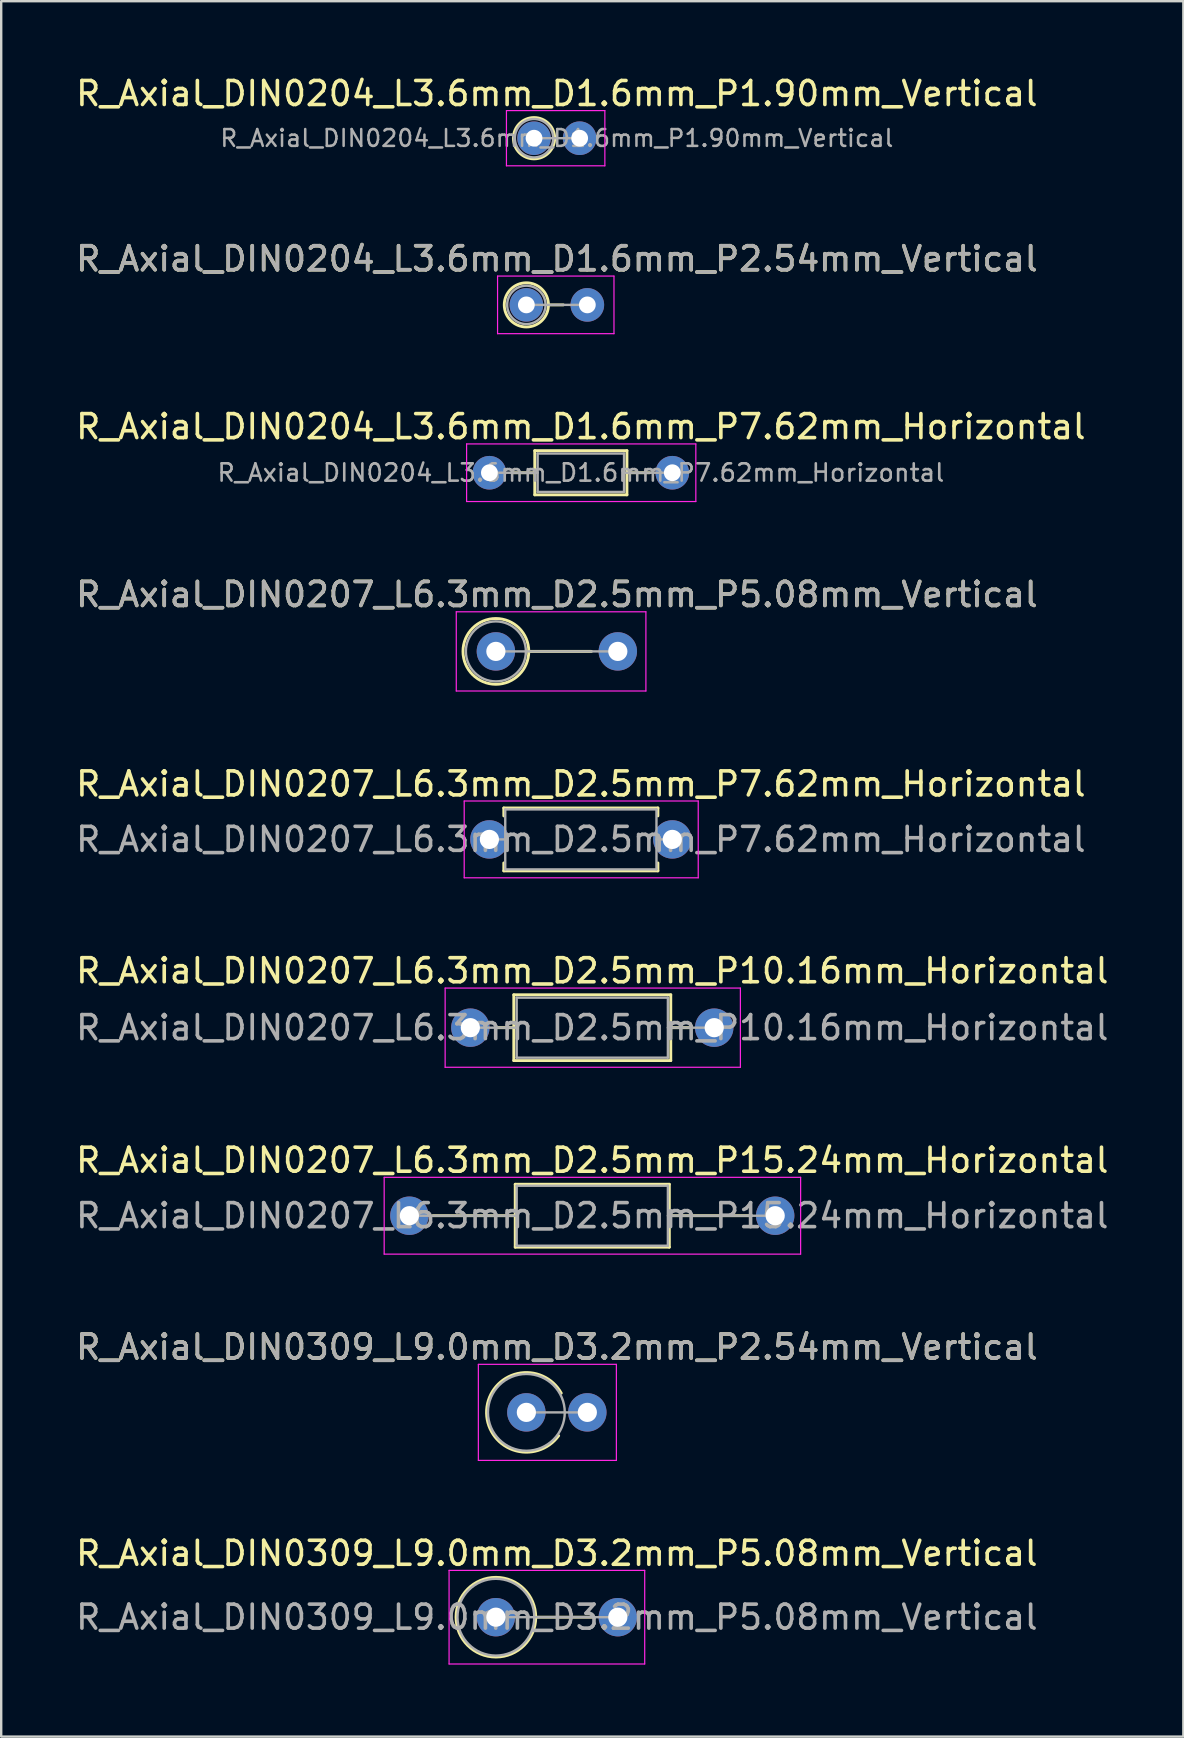
<source format=kicad_pcb>
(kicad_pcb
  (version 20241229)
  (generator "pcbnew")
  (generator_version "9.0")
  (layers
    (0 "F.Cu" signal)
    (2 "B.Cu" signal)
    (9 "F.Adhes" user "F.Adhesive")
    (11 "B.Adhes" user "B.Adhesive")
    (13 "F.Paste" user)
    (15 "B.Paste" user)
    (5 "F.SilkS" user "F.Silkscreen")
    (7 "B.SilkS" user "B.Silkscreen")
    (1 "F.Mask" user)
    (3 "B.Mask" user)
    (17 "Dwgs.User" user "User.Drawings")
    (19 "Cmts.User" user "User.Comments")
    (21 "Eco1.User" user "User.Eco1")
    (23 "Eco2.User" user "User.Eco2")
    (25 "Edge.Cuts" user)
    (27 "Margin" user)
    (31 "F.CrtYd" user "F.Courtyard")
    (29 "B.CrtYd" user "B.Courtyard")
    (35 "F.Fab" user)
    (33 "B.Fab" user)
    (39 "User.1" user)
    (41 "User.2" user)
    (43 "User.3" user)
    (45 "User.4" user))
  (footprint "R_Axial_DIN0204_L3.6mm_D1.6mm_P7.62mm_Horizontal"
    (layer "F.Cu")
    (at 17.339 16.645)
    (property "Reference" "R_Axial_DIN0204_L3.6mm_D1.6mm_P7.62mm_Horizontal" (at 3.81 -1.92 0) (layer "F.SilkS") (effects (font (size 1 1) (thickness 0.15))))
    (attr through_hole)
    (fp_line (start 0.94 0) (end 1.89 0) (stroke (width 0.12) (type solid)) (layer "F.SilkS"))
    (fp_line (start 1.89 -0.92) (end 1.89 0.92) (stroke (width 0.12) (type solid)) (layer "F.SilkS"))
    (fp_line (start 1.89 0.92) (end 5.73 0.92) (stroke (width 0.12) (type solid)) (layer "F.SilkS"))
    (fp_line (start 5.73 -0.92) (end 1.89 -0.92) (stroke (width 0.12) (type solid)) (layer "F.SilkS"))
    (fp_line (start 5.73 0.92) (end 5.73 -0.92) (stroke (width 0.12) (type solid)) (layer "F.SilkS"))
    (fp_line (start 6.68 0) (end 5.73 0) (stroke (width 0.12) (type solid)) (layer "F.SilkS"))
    (fp_line (start -0.95 -1.2) (end -0.95 1.2) (stroke (width 0.05) (type solid)) (layer "F.CrtYd"))
    (fp_line (start -0.95 1.2) (end 8.6 1.2) (stroke (width 0.05) (type solid)) (layer "F.CrtYd"))
    (fp_line (start 8.6 -1.2) (end -0.95 -1.2) (stroke (width 0.05) (type solid)) (layer "F.CrtYd"))
    (fp_line (start 8.6 1.2) (end 8.6 -1.2) (stroke (width 0.05) (type solid)) (layer "F.CrtYd"))
    (fp_line (start 0 0) (end 2.01 0) (stroke (width 0.1) (type solid)) (layer "F.Fab"))
    (fp_line (start 2.01 -0.8) (end 2.01 0.8) (stroke (width 0.1) (type solid)) (layer "F.Fab"))
    (fp_line (start 2.01 0.8) (end 5.61 0.8) (stroke (width 0.1) (type solid)) (layer "F.Fab"))
    (fp_line (start 5.61 -0.8) (end 2.01 -0.8) (stroke (width 0.1) (type solid)) (layer "F.Fab"))
    (fp_line (start 5.61 0.8) (end 5.61 -0.8) (stroke (width 0.1) (type solid)) (layer "F.Fab"))
    (fp_line (start 7.62 0) (end 5.61 0) (stroke (width 0.1) (type solid)) (layer "F.Fab"))
    (fp_text user "${REFERENCE}" (at 3.81 0 0) (layer "F.Fab") (effects (font (size 0.72 0.72) (thickness 0.108))))
    (pad "1" thru_hole circle (at 0 0) (size 1.4 1.4) (drill 0.7) (layers "*.Cu" "*.Mask"))
    (pad "2" thru_hole oval (at 7.62 0) (size 1.4 1.4) (drill 0.7) (layers "*.Cu" "*.Mask")))
  (footprint "R_Axial_DIN0309_L9.0mm_D3.2mm_P2.54mm_Vertical"
    (layer "F.Cu")
    (at 18.879 55.791)
    (property "Reference" "R_Axial_DIN0309_L9.0mm_D3.2mm_P2.54mm_Vertical" (at 1.27 -2.72 0) (layer "F.SilkS") (effects (font (size 1 1) (thickness 0.15))))
    (attr through_hole)
    (fp_arc (start 1.344775 0.97138) (mid -1.655812 -0.101418) (end 1.453272 -0.8) (stroke (width 0.12) (type solid)) (layer "F.SilkS"))
    (fp_line (start -2 -2) (end -2 2) (stroke (width 0.05) (type solid)) (layer "F.CrtYd"))
    (fp_line (start -2 2) (end 3.75 2) (stroke (width 0.05) (type solid)) (layer "F.CrtYd"))
    (fp_line (start 3.75 -2) (end -2 -2) (stroke (width 0.05) (type solid)) (layer "F.CrtYd"))
    (fp_line (start 3.75 2) (end 3.75 -2) (stroke (width 0.05) (type solid)) (layer "F.CrtYd"))
    (fp_line (start 0 0) (end 2.54 0) (stroke (width 0.1) (type solid)) (layer "F.Fab"))
    (fp_circle (center 0 0) (end 1.6 0) (stroke (width 0.1) (type solid)) (fill no) (layer "F.Fab"))
    (fp_text user "${REFERENCE}" (at 1.27 -2.72 0) (layer "F.Fab") (effects (font (size 1 1) (thickness 0.15))))
    (pad "1" thru_hole circle (at 0 0) (size 1.6 1.6) (drill 0.8) (layers "*.Cu" "*.Mask"))
    (pad "2" thru_hole oval (at 2.54 0) (size 1.6 1.6) (drill 0.8) (layers "*.Cu" "*.Mask")))
  (footprint "R_Axial_DIN0207_L6.3mm_D2.5mm_P15.24mm_Horizontal"
    (layer "F.Cu")
    (at 14.005 47.598)
    (property "Reference" "R_Axial_DIN0207_L6.3mm_D2.5mm_P15.24mm_Horizontal" (at 7.62 -2.31 0) (layer "F.SilkS") (effects (font (size 1 1) (thickness 0.15))))
    (attr through_hole)
    (fp_line (start 0.98 0) (end 4.41 0) (stroke (width 0.12) (type solid)) (layer "F.SilkS"))
    (fp_line (start 4.41 -1.31) (end 4.41 1.31) (stroke (width 0.12) (type solid)) (layer "F.SilkS"))
    (fp_line (start 4.41 1.31) (end 10.83 1.31) (stroke (width 0.12) (type solid)) (layer "F.SilkS"))
    (fp_line (start 10.83 -1.31) (end 4.41 -1.31) (stroke (width 0.12) (type solid)) (layer "F.SilkS"))
    (fp_line (start 10.83 1.31) (end 10.83 -1.31) (stroke (width 0.12) (type solid)) (layer "F.SilkS"))
    (fp_line (start 14.26 0) (end 10.83 0) (stroke (width 0.12) (type solid)) (layer "F.SilkS"))
    (fp_line (start -1.05 -1.6) (end -1.05 1.6) (stroke (width 0.05) (type solid)) (layer "F.CrtYd"))
    (fp_line (start -1.05 1.6) (end 16.3 1.6) (stroke (width 0.05) (type solid)) (layer "F.CrtYd"))
    (fp_line (start 16.3 -1.6) (end -1.05 -1.6) (stroke (width 0.05) (type solid)) (layer "F.CrtYd"))
    (fp_line (start 16.3 1.6) (end 16.3 -1.6) (stroke (width 0.05) (type solid)) (layer "F.CrtYd"))
    (fp_line (start 0 0) (end 4.47 0) (stroke (width 0.1) (type solid)) (layer "F.Fab"))
    (fp_line (start 4.47 -1.25) (end 4.47 1.25) (stroke (width 0.1) (type solid)) (layer "F.Fab"))
    (fp_line (start 4.47 1.25) (end 10.77 1.25) (stroke (width 0.1) (type solid)) (layer "F.Fab"))
    (fp_line (start 10.77 -1.25) (end 4.47 -1.25) (stroke (width 0.1) (type solid)) (layer "F.Fab"))
    (fp_line (start 10.77 1.25) (end 10.77 -1.25) (stroke (width 0.1) (type solid)) (layer "F.Fab"))
    (fp_line (start 15.24 0) (end 10.77 0) (stroke (width 0.1) (type solid)) (layer "F.Fab"))
    (fp_text user "${REFERENCE}" (at 7.62 0 0) (layer "F.Fab") (effects (font (size 1 1) (thickness 0.15))))
    (pad "1" thru_hole circle (at 0 0) (size 1.6 1.6) (drill 0.8) (layers "*.Cu" "*.Mask"))
    (pad "2" thru_hole oval (at 15.24 0) (size 1.6 1.6) (drill 0.8) (layers "*.Cu" "*.Mask")))
  (footprint "R_Axial_DIN0309_L9.0mm_D3.2mm_P5.08mm_Vertical"
    (layer "F.Cu")
    (at 17.609 64.324)
    (property "Reference" "R_Axial_DIN0309_L9.0mm_D3.2mm_P5.08mm_Vertical" (at 2.54 -2.66 0) (layer "F.SilkS") (effects (font (size 1 1) (thickness 0.15))))
    (attr through_hole)
    (fp_line (start 1.66 0) (end 3.98 0) (stroke (width 0.12) (type solid)) (layer "F.SilkS"))
    (fp_circle (center 0 0) (end 1.66 0) (stroke (width 0.12) (type solid)) (fill no) (layer "F.SilkS"))
    (fp_line (start -1.95 -1.95) (end -1.95 1.95) (stroke (width 0.05) (type solid)) (layer "F.CrtYd"))
    (fp_line (start -1.95 1.95) (end 6.2 1.95) (stroke (width 0.05) (type solid)) (layer "F.CrtYd"))
    (fp_line (start 6.2 -1.95) (end -1.95 -1.95) (stroke (width 0.05) (type solid)) (layer "F.CrtYd"))
    (fp_line (start 6.2 1.95) (end 6.2 -1.95) (stroke (width 0.05) (type solid)) (layer "F.CrtYd"))
    (fp_line (start 0 0) (end 5.08 0) (stroke (width 0.1) (type solid)) (layer "F.Fab"))
    (fp_circle (center 0 0) (end 1.6 0) (stroke (width 0.1) (type solid)) (fill no) (layer "F.Fab"))
    (fp_text user "${REFERENCE}" (at 2.54 0 0) (layer "F.Fab") (effects (font (size 1 1) (thickness 0.15))))
    (pad "1" thru_hole circle (at 0 0) (size 1.6 1.6) (drill 0.8) (layers "*.Cu" "*.Mask"))
    (pad "2" thru_hole oval (at 5.08 0) (size 1.6 1.6) (drill 0.8) (layers "*.Cu" "*.Mask")))
  (footprint "R_Axial_DIN0207_L6.3mm_D2.5mm_P10.16mm_Horizontal"
    (layer "F.Cu")
    (at 16.545 39.764)
    (property "Reference" "R_Axial_DIN0207_L6.3mm_D2.5mm_P10.16mm_Horizontal" (at 5.08 -2.37 0) (layer "F.SilkS") (effects (font (size 1 1) (thickness 0.15))))
    (attr through_hole)
    (fp_line (start 1.04 0) (end 1.81 0) (stroke (width 0.12) (type solid)) (layer "F.SilkS"))
    (fp_line (start 1.81 -1.37) (end 1.81 1.37) (stroke (width 0.12) (type solid)) (layer "F.SilkS"))
    (fp_line (start 1.81 1.37) (end 8.35 1.37) (stroke (width 0.12) (type solid)) (layer "F.SilkS"))
    (fp_line (start 8.35 -1.37) (end 1.81 -1.37) (stroke (width 0.12) (type solid)) (layer "F.SilkS"))
    (fp_line (start 8.35 1.37) (end 8.35 -1.37) (stroke (width 0.12) (type solid)) (layer "F.SilkS"))
    (fp_line (start 9.12 0) (end 8.35 0) (stroke (width 0.12) (type solid)) (layer "F.SilkS"))
    (fp_line (start -1.05 -1.65) (end -1.05 1.65) (stroke (width 0.05) (type solid)) (layer "F.CrtYd"))
    (fp_line (start -1.05 1.65) (end 11.25 1.65) (stroke (width 0.05) (type solid)) (layer "F.CrtYd"))
    (fp_line (start 11.25 -1.65) (end -1.05 -1.65) (stroke (width 0.05) (type solid)) (layer "F.CrtYd"))
    (fp_line (start 11.25 1.65) (end 11.25 -1.65) (stroke (width 0.05) (type solid)) (layer "F.CrtYd"))
    (fp_line (start 0 0) (end 1.93 0) (stroke (width 0.1) (type solid)) (layer "F.Fab"))
    (fp_line (start 1.93 -1.25) (end 1.93 1.25) (stroke (width 0.1) (type solid)) (layer "F.Fab"))
    (fp_line (start 1.93 1.25) (end 8.23 1.25) (stroke (width 0.1) (type solid)) (layer "F.Fab"))
    (fp_line (start 8.23 -1.25) (end 1.93 -1.25) (stroke (width 0.1) (type solid)) (layer "F.Fab"))
    (fp_line (start 8.23 1.25) (end 8.23 -1.25) (stroke (width 0.1) (type solid)) (layer "F.Fab"))
    (fp_line (start 10.16 0) (end 8.23 0) (stroke (width 0.1) (type solid)) (layer "F.Fab"))
    (fp_text user "${REFERENCE}" (at 5.08 0 0) (layer "F.Fab") (effects (font (size 1 1) (thickness 0.15))))
    (pad "1" thru_hole circle (at 0 0) (size 1.6 1.6) (drill 0.8) (layers "*.Cu" "*.Mask"))
    (pad "2" thru_hole oval (at 10.16 0) (size 1.6 1.6) (drill 0.8) (layers "*.Cu" "*.Mask")))
  (footprint "R_Axial_DIN0204_L3.6mm_D1.6mm_P2.54mm_Vertical"
    (layer "F.Cu")
    (at 18.879 9.652)
    (property "Reference" "R_Axial_DIN0204_L3.6mm_D1.6mm_P2.54mm_Vertical" (at 1.27 -1.92 0) (layer "F.SilkS") (effects (font (size 1 1) (thickness 0.15))))
    (attr through_hole)
    (fp_line (start 0.92 0) (end 1.54 0) (stroke (width 0.12) (type solid)) (layer "F.SilkS"))
    (fp_circle (center 0 0) (end 0.92 0) (stroke (width 0.12) (type solid)) (fill no) (layer "F.SilkS"))
    (fp_line (start -1.2 -1.2) (end -1.2 1.2) (stroke (width 0.05) (type solid)) (layer "F.CrtYd"))
    (fp_line (start -1.2 1.2) (end 3.65 1.2) (stroke (width 0.05) (type solid)) (layer "F.CrtYd"))
    (fp_line (start 3.65 -1.2) (end -1.2 -1.2) (stroke (width 0.05) (type solid)) (layer "F.CrtYd"))
    (fp_line (start 3.65 1.2) (end 3.65 -1.2) (stroke (width 0.05) (type solid)) (layer "F.CrtYd"))
    (fp_line (start 0 0) (end 2.54 0) (stroke (width 0.1) (type solid)) (layer "F.Fab"))
    (fp_circle (center 0 0) (end 0.8 0) (stroke (width 0.1) (type solid)) (fill no) (layer "F.Fab"))
    (fp_text user "${REFERENCE}" (at 1.27 -1.92 0) (layer "F.Fab") (effects (font (size 1 1) (thickness 0.15))))
    (pad "1" thru_hole circle (at 0 0) (size 1.4 1.4) (drill 0.7) (layers "*.Cu" "*.Mask"))
    (pad "2" thru_hole oval (at 2.54 0) (size 1.4 1.4) (drill 0.7) (layers "*.Cu" "*.Mask")))
  (footprint "R_Axial_DIN0207_L6.3mm_D2.5mm_P5.08mm_Vertical"
    (layer "F.Cu")
    (at 17.609 24.088)
    (property "Reference" "R_Axial_DIN0207_L6.3mm_D2.5mm_P5.08mm_Vertical" (at 2.54 -2.37 0) (layer "F.SilkS") (effects (font (size 1 1) (thickness 0.15))))
    (attr through_hole)
    (fp_line (start 1.37 0) (end 3.98 0) (stroke (width 0.12) (type solid)) (layer "F.SilkS"))
    (fp_circle (center 0 0) (end 1.37 0) (stroke (width 0.12) (type solid)) (fill no) (layer "F.SilkS"))
    (fp_line (start -1.65 -1.65) (end -1.65 1.65) (stroke (width 0.05) (type solid)) (layer "F.CrtYd"))
    (fp_line (start -1.65 1.65) (end 6.25 1.65) (stroke (width 0.05) (type solid)) (layer "F.CrtYd"))
    (fp_line (start 6.25 -1.65) (end -1.65 -1.65) (stroke (width 0.05) (type solid)) (layer "F.CrtYd"))
    (fp_line (start 6.25 1.65) (end 6.25 -1.65) (stroke (width 0.05) (type solid)) (layer "F.CrtYd"))
    (fp_line (start 0 0) (end 5.08 0) (stroke (width 0.1) (type solid)) (layer "F.Fab"))
    (fp_circle (center 0 0) (end 1.25 0) (stroke (width 0.1) (type solid)) (fill no) (layer "F.Fab"))
    (fp_text user "${REFERENCE}" (at 2.54 -2.37 0) (layer "F.Fab") (effects (font (size 1 1) (thickness 0.15))))
    (pad "1" thru_hole circle (at 0 0) (size 1.6 1.6) (drill 0.8) (layers "*.Cu" "*.Mask"))
    (pad "2" thru_hole oval (at 5.08 0) (size 1.6 1.6) (drill 0.8) (layers "*.Cu" "*.Mask")))
  (footprint "R_Axial_DIN0204_L3.6mm_D1.6mm_P1.90mm_Vertical"
    (layer "F.Cu")
    (at 19.199 2.708)
    (property "Reference" "R_Axial_DIN0204_L3.6mm_D1.6mm_P1.90mm_Vertical" (at 0.95 -1.86 0) (layer "F.SilkS") (effects (font (size 1 1) (thickness 0.15))))
    (attr through_hole)
    (fp_line (start 0.86 0) (end 0.9 0) (stroke (width 0.12) (type solid)) (layer "F.SilkS"))
    (fp_circle (center 0 0) (end 0.86 0) (stroke (width 0.12) (type solid)) (fill no) (layer "F.SilkS"))
    (fp_line (start -1.15 -1.15) (end -1.15 1.15) (stroke (width 0.05) (type solid)) (layer "F.CrtYd"))
    (fp_line (start -1.15 1.15) (end 2.95 1.15) (stroke (width 0.05) (type solid)) (layer "F.CrtYd"))
    (fp_line (start 2.95 -1.15) (end -1.15 -1.15) (stroke (width 0.05) (type solid)) (layer "F.CrtYd"))
    (fp_line (start 2.95 1.15) (end 2.95 -1.15) (stroke (width 0.05) (type solid)) (layer "F.CrtYd"))
    (fp_line (start 0 0) (end 1.9 0) (stroke (width 0.1) (type solid)) (layer "F.Fab"))
    (fp_circle (center 0 0) (end 0.8 0) (stroke (width 0.1) (type solid)) (fill no) (layer "F.Fab"))
    (fp_text user "${REFERENCE}" (at 0.95 0 0) (layer "F.Fab") (effects (font (size 0.7 0.7) (thickness 0.105))))
    (pad "1" thru_hole circle (at 0 0) (size 1.4 1.4) (drill 0.7) (layers "*.Cu" "*.Mask"))
    (pad "2" thru_hole oval (at 1.9 0) (size 1.4 1.4) (drill 0.7) (layers "*.Cu" "*.Mask")))
  (footprint "R_Axial_DIN0207_L6.3mm_D2.5mm_P7.62mm_Horizontal"
    (layer "F.Cu")
    (at 17.339 31.921)
    (property "Reference" "R_Axial_DIN0207_L6.3mm_D2.5mm_P7.62mm_Horizontal" (at 3.81 -2.31 0) (layer "F.SilkS") (effects (font (size 1 1) (thickness 0.15))))
    (attr through_hole)
    (fp_line (start 0.6 -1.31) (end 7.02 -1.31) (stroke (width 0.12) (type solid)) (layer "F.SilkS"))
    (fp_line (start 0.6 -0.98) (end 0.6 -1.31) (stroke (width 0.12) (type solid)) (layer "F.SilkS"))
    (fp_line (start 0.6 0.98) (end 0.6 1.31) (stroke (width 0.12) (type solid)) (layer "F.SilkS"))
    (fp_line (start 0.6 1.31) (end 7.02 1.31) (stroke (width 0.12) (type solid)) (layer "F.SilkS"))
    (fp_line (start 7.02 -1.31) (end 7.02 -0.98) (stroke (width 0.12) (type solid)) (layer "F.SilkS"))
    (fp_line (start 7.02 1.31) (end 7.02 0.98) (stroke (width 0.12) (type solid)) (layer "F.SilkS"))
    (fp_line (start -1.05 -1.6) (end -1.05 1.6) (stroke (width 0.05) (type solid)) (layer "F.CrtYd"))
    (fp_line (start -1.05 1.6) (end 8.7 1.6) (stroke (width 0.05) (type solid)) (layer "F.CrtYd"))
    (fp_line (start 8.7 -1.6) (end -1.05 -1.6) (stroke (width 0.05) (type solid)) (layer "F.CrtYd"))
    (fp_line (start 8.7 1.6) (end 8.7 -1.6) (stroke (width 0.05) (type solid)) (layer "F.CrtYd"))
    (fp_line (start 0 0) (end 0.66 0) (stroke (width 0.1) (type solid)) (layer "F.Fab"))
    (fp_line (start 0.66 -1.25) (end 0.66 1.25) (stroke (width 0.1) (type solid)) (layer "F.Fab"))
    (fp_line (start 0.66 1.25) (end 6.96 1.25) (stroke (width 0.1) (type solid)) (layer "F.Fab"))
    (fp_line (start 6.96 -1.25) (end 0.66 -1.25) (stroke (width 0.1) (type solid)) (layer "F.Fab"))
    (fp_line (start 6.96 1.25) (end 6.96 -1.25) (stroke (width 0.1) (type solid)) (layer "F.Fab"))
    (fp_line (start 7.62 0) (end 6.96 0) (stroke (width 0.1) (type solid)) (layer "F.Fab"))
    (fp_text user "${REFERENCE}" (at 3.81 0 0) (layer "F.Fab") (effects (font (size 1 1) (thickness 0.15))))
    (pad "1" thru_hole circle (at 0 0) (size 1.6 1.6) (drill 0.8) (layers "*.Cu" "*.Mask"))
    (pad "2" thru_hole oval (at 7.62 0) (size 1.6 1.6) (drill 0.8) (layers "*.Cu" "*.Mask")))
  (gr_rect
    (start -3 -3)
    (end 46.25 69.299)
    (stroke (width 0.1) (type default))
    (fill no)
    (layer "Edge.Cuts")))
</source>
